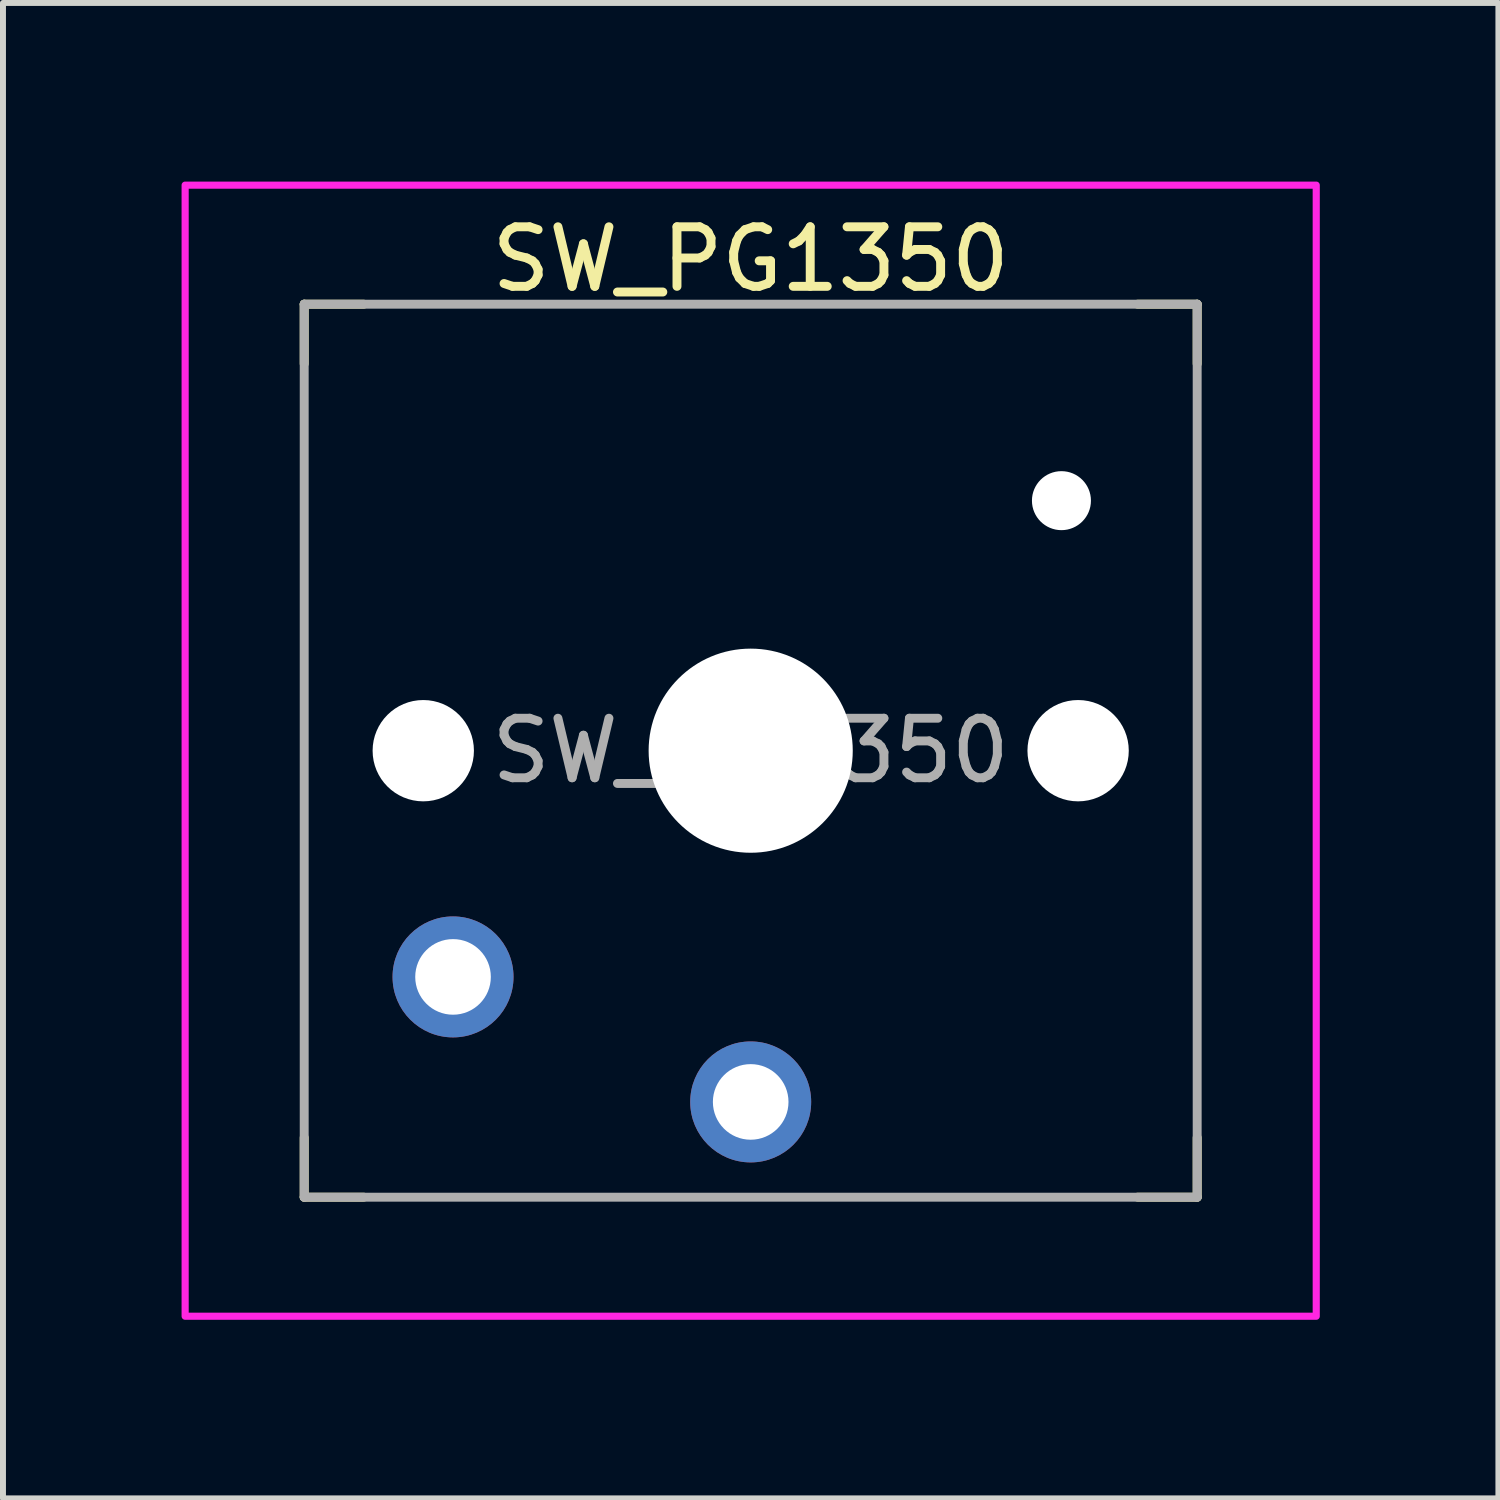
<source format=kicad_pcb>
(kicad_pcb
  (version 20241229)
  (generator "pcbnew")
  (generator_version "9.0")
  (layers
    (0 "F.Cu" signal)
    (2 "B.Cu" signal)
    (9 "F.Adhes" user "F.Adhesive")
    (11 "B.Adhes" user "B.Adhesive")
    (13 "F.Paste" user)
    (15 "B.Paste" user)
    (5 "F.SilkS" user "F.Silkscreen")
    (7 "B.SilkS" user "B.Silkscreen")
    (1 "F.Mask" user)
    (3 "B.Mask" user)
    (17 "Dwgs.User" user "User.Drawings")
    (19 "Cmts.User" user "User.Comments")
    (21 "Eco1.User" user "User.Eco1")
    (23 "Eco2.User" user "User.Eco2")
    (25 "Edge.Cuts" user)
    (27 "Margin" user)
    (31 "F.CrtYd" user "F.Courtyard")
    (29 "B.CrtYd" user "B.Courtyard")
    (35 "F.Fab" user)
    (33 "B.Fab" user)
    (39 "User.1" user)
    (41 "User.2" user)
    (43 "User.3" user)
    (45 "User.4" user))
  (footprint "SW_PG1350"
    (layer "F.Cu")
    (at 9.56 9.56)
    (property "Reference" "SW_PG1350" (at 0 -8.255 0) (layer "F.SilkS") (effects (font (size 1 1) (thickness 0.15))))
    (attr through_hole)
    (fp_line (start -7.5 -7.5) (end -7.5 -6.5) (stroke (width 0.15) (type solid)) (layer "F.SilkS"))
    (fp_line (start -7.5 -7.5) (end -6.5 -7.5) (stroke (width 0.15) (type solid)) (layer "F.SilkS"))
    (fp_line (start -7.5 7.5) (end -7.5 6.5) (stroke (width 0.15) (type solid)) (layer "F.SilkS"))
    (fp_line (start -7.5 7.5) (end -6.5 7.5) (stroke (width 0.15) (type solid)) (layer "F.SilkS"))
    (fp_line (start 7.5 -7.5) (end 6.5 -7.5) (stroke (width 0.15) (type solid)) (layer "F.SilkS"))
    (fp_line (start 7.5 -7.5) (end 7.5 -6.5) (stroke (width 0.15) (type solid)) (layer "F.SilkS"))
    (fp_line (start 7.5 7.5) (end 6.5 7.5) (stroke (width 0.15) (type solid)) (layer "F.SilkS"))
    (fp_line (start 7.5 7.5) (end 7.5 6.5) (stroke (width 0.15) (type solid)) (layer "F.SilkS"))
    (fp_line (start -2.6 -3.1) (end -2.6 -6.3) (stroke (width 0.15) (type solid)) (layer "Eco2.User"))
    (fp_line (start -2.6 -3.1) (end 2.6 -3.1) (stroke (width 0.15) (type solid)) (layer "Eco2.User"))
    (fp_line (start 2.6 -6.3) (end -2.6 -6.3) (stroke (width 0.15) (type solid)) (layer "Eco2.User"))
    (fp_line (start 2.6 -3.1) (end 2.6 -6.3) (stroke (width 0.15) (type solid)) (layer "Eco2.User"))
    (fp_rect (start -9.5 -9.5) (end 9.5 9.5) (stroke (width 0.12) (type solid)) (fill no) (layer "F.CrtYd"))
    (fp_line (start -7.5 -7.5) (end 7.5 -7.5) (stroke (width 0.15) (type solid)) (layer "F.Fab"))
    (fp_line (start -7.5 7.5) (end -7.5 -7.5) (stroke (width 0.15) (type solid)) (layer "F.Fab"))
    (fp_line (start 7.5 -7.5) (end 7.5 7.5) (stroke (width 0.15) (type solid)) (layer "F.Fab"))
    (fp_line (start 7.5 7.5) (end -7.5 7.5) (stroke (width 0.15) (type solid)) (layer "F.Fab"))
    (fp_text user "${REFERENCE}" (at 0 0 0) (layer "F.Fab") (effects (font (size 1 1) (thickness 0.15))))
    (pad "" np_thru_hole circle (at -5.5 0) (size 1.702 1.702) (drill 1.702) (layers "*.Cu" "*.Mask"))
    (pad "" np_thru_hole circle (at 0 0) (size 3.429 3.429) (drill 3.429) (layers "*.Cu" "*.Mask"))
    (pad "" np_thru_hole circle (at 5.22 -4.2) (size 0.991 0.991) (drill 0.991) (layers "*.Cu" "*.Mask"))
    (pad "" np_thru_hole circle (at 5.5 0) (size 1.702 1.702) (drill 1.702) (layers "*.Cu" "*.Mask"))
    (pad "1" thru_hole circle (at 0 5.9) (size 2.032 2.032) (drill 1.27) (layers "*.Cu" "*.Mask"))
    (pad "2" thru_hole circle (at -5 3.8) (size 2.032 2.032) (drill 1.27) (layers "*.Cu" "*.Mask")))
  (gr_rect
    (start -3 -3)
    (end 22.12 22.12)
    (stroke (width 0.1) (type default))
    (fill no)
    (layer "Edge.Cuts")))
</source>
